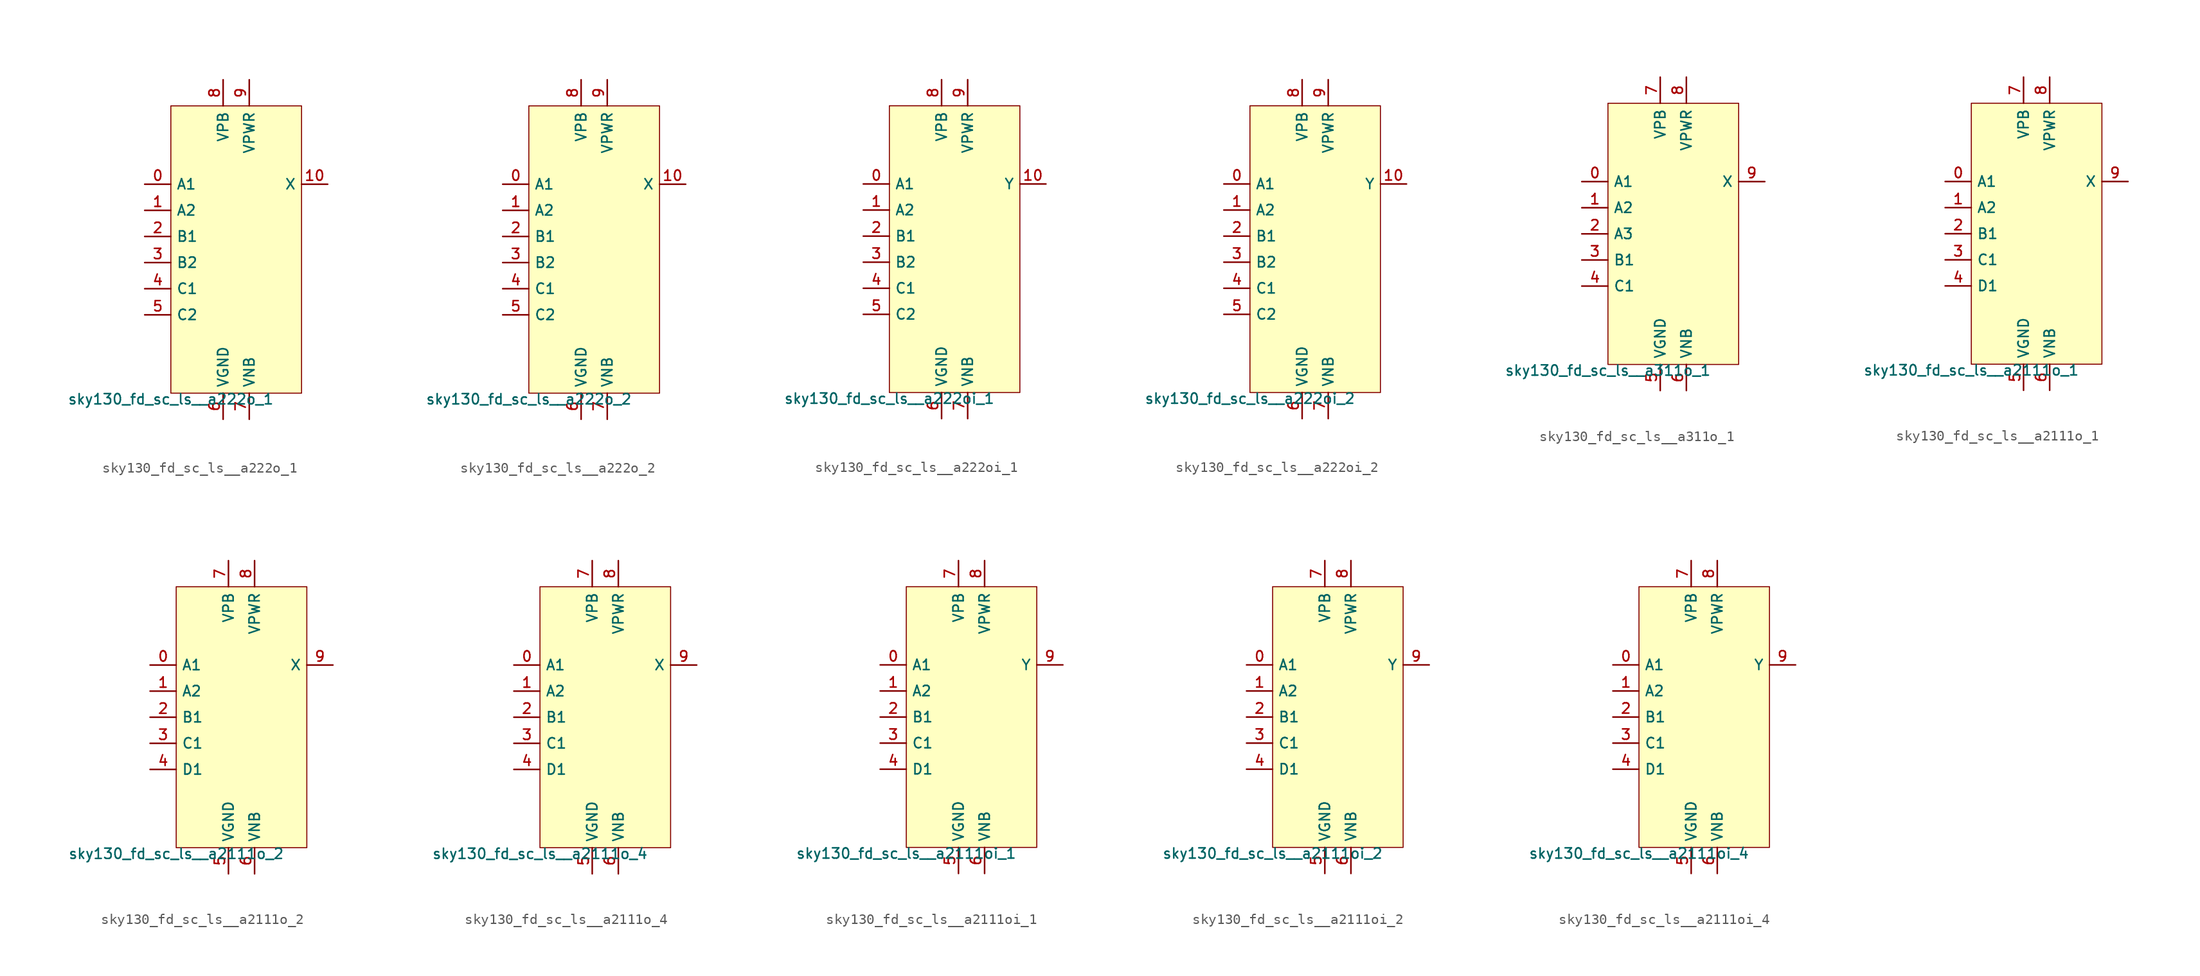
<source format=kicad_sym>
(kicad_symbol_lib
  (version 20211014)
  (generator lef2kicad_sym)
  (symbol "sky130_fd_sc_ls__a222o_1"
    (property "Reference" "X"
      (at 0 0 0)
      (effects (font (size 1 1)) hide))
    (property "Value" "sky130_fd_sc_ls__a222o_1"
      (at -6.35 -13.97 0)
      (effects (font (size 1 1)) (justify top)))
    (rectangle
      (start -6.35 -13.97)
      (end 6.35 13.97)
      (stroke (width 0.1) (type solid) (color 0 0 0 0))
      (fill (type background)))
    (pin input line
      (at -8.89 6.35 0)
      (length 2.54)
      (name "A1" (effects (font (size 1 1)) hide))
      (number "0" (effects (font (size 1 1)) hide)))
    (pin input line
      (at -8.89 3.81 0)
      (length 2.54)
      (name "A2" (effects (font (size 1 1)) hide))
      (number "1" (effects (font (size 1 1)) hide)))
    (pin input line
      (at -8.89 1.27 0)
      (length 2.54)
      (name "B1" (effects (font (size 1 1)) hide))
      (number "2" (effects (font (size 1 1)) hide)))
    (pin input line
      (at -8.89 -1.27 0)
      (length 2.54)
      (name "B2" (effects (font (size 1 1)) hide))
      (number "3" (effects (font (size 1 1)) hide)))
    (pin input line
      (at -8.89 -3.81 0)
      (length 2.54)
      (name "C1" (effects (font (size 1 1)) hide))
      (number "4" (effects (font (size 1 1)) hide)))
    (pin input line
      (at -8.89 -6.35 0)
      (length 2.54)
      (name "C2" (effects (font (size 1 1)) hide))
      (number "5" (effects (font (size 1 1)) hide)))
    (pin power_in line
      (at -1.27 -16.51 90)
      (length 2.54)
      (name "VGND" (effects (font (size 1 1)) hide))
      (number "6" (effects (font (size 1 1)) hide)))
    (pin power_in line
      (at 1.27 -16.51 90)
      (length 2.54)
      (name "VNB" (effects (font (size 1 1)) hide))
      (number "7" (effects (font (size 1 1)) hide)))
    (pin power_in line
      (at -1.27 16.51 270)
      (length 2.54)
      (name "VPB" (effects (font (size 1 1)) hide))
      (number "8" (effects (font (size 1 1)) hide)))
    (pin power_in line
      (at 1.27 16.51 270)
      (length 2.54)
      (name "VPWR" (effects (font (size 1 1)) hide))
      (number "9" (effects (font (size 1 1)) hide)))
    (pin output line
      (at 8.89 6.35 180)
      (length 2.54)
      (name "X" (effects (font (size 1 1)) hide))
      (number "10" (effects (font (size 1 1)) hide))))
  (symbol "sky130_fd_sc_ls__a222o_2"
    (property "Reference" "X"
      (at 0 0 0)
      (effects (font (size 1 1)) hide))
    (property "Value" "sky130_fd_sc_ls__a222o_2"
      (at -6.35 -13.97 0)
      (effects (font (size 1 1)) (justify top)))
    (rectangle
      (start -6.35 -13.97)
      (end 6.35 13.97)
      (stroke (width 0.1) (type solid) (color 0 0 0 0))
      (fill (type background)))
    (pin input line
      (at -8.89 6.35 0)
      (length 2.54)
      (name "A1" (effects (font (size 1 1)) hide))
      (number "0" (effects (font (size 1 1)) hide)))
    (pin input line
      (at -8.89 3.81 0)
      (length 2.54)
      (name "A2" (effects (font (size 1 1)) hide))
      (number "1" (effects (font (size 1 1)) hide)))
    (pin input line
      (at -8.89 1.27 0)
      (length 2.54)
      (name "B1" (effects (font (size 1 1)) hide))
      (number "2" (effects (font (size 1 1)) hide)))
    (pin input line
      (at -8.89 -1.27 0)
      (length 2.54)
      (name "B2" (effects (font (size 1 1)) hide))
      (number "3" (effects (font (size 1 1)) hide)))
    (pin input line
      (at -8.89 -3.81 0)
      (length 2.54)
      (name "C1" (effects (font (size 1 1)) hide))
      (number "4" (effects (font (size 1 1)) hide)))
    (pin input line
      (at -8.89 -6.35 0)
      (length 2.54)
      (name "C2" (effects (font (size 1 1)) hide))
      (number "5" (effects (font (size 1 1)) hide)))
    (pin power_in line
      (at -1.27 -16.51 90)
      (length 2.54)
      (name "VGND" (effects (font (size 1 1)) hide))
      (number "6" (effects (font (size 1 1)) hide)))
    (pin power_in line
      (at 1.27 -16.51 90)
      (length 2.54)
      (name "VNB" (effects (font (size 1 1)) hide))
      (number "7" (effects (font (size 1 1)) hide)))
    (pin power_in line
      (at -1.27 16.51 270)
      (length 2.54)
      (name "VPB" (effects (font (size 1 1)) hide))
      (number "8" (effects (font (size 1 1)) hide)))
    (pin power_in line
      (at 1.27 16.51 270)
      (length 2.54)
      (name "VPWR" (effects (font (size 1 1)) hide))
      (number "9" (effects (font (size 1 1)) hide)))
    (pin output line
      (at 8.89 6.35 180)
      (length 2.54)
      (name "X" (effects (font (size 1 1)) hide))
      (number "10" (effects (font (size 1 1)) hide))))
  (symbol "sky130_fd_sc_ls__a222oi_1"
    (property "Reference" "X"
      (at 0 0 0)
      (effects (font (size 1 1)) hide))
    (property "Value" "sky130_fd_sc_ls__a222oi_1"
      (at -6.35 -13.97 0)
      (effects (font (size 1 1)) (justify top)))
    (rectangle
      (start -6.35 -13.97)
      (end 6.35 13.97)
      (stroke (width 0.1) (type solid) (color 0 0 0 0))
      (fill (type background)))
    (pin input line
      (at -8.89 6.35 0)
      (length 2.54)
      (name "A1" (effects (font (size 1 1)) hide))
      (number "0" (effects (font (size 1 1)) hide)))
    (pin input line
      (at -8.89 3.81 0)
      (length 2.54)
      (name "A2" (effects (font (size 1 1)) hide))
      (number "1" (effects (font (size 1 1)) hide)))
    (pin input line
      (at -8.89 1.27 0)
      (length 2.54)
      (name "B1" (effects (font (size 1 1)) hide))
      (number "2" (effects (font (size 1 1)) hide)))
    (pin input line
      (at -8.89 -1.27 0)
      (length 2.54)
      (name "B2" (effects (font (size 1 1)) hide))
      (number "3" (effects (font (size 1 1)) hide)))
    (pin input line
      (at -8.89 -3.81 0)
      (length 2.54)
      (name "C1" (effects (font (size 1 1)) hide))
      (number "4" (effects (font (size 1 1)) hide)))
    (pin input line
      (at -8.89 -6.35 0)
      (length 2.54)
      (name "C2" (effects (font (size 1 1)) hide))
      (number "5" (effects (font (size 1 1)) hide)))
    (pin power_in line
      (at -1.27 -16.51 90)
      (length 2.54)
      (name "VGND" (effects (font (size 1 1)) hide))
      (number "6" (effects (font (size 1 1)) hide)))
    (pin power_in line
      (at 1.27 -16.51 90)
      (length 2.54)
      (name "VNB" (effects (font (size 1 1)) hide))
      (number "7" (effects (font (size 1 1)) hide)))
    (pin power_in line
      (at -1.27 16.51 270)
      (length 2.54)
      (name "VPB" (effects (font (size 1 1)) hide))
      (number "8" (effects (font (size 1 1)) hide)))
    (pin power_in line
      (at 1.27 16.51 270)
      (length 2.54)
      (name "VPWR" (effects (font (size 1 1)) hide))
      (number "9" (effects (font (size 1 1)) hide)))
    (pin output line
      (at 8.89 6.35 180)
      (length 2.54)
      (name "Y" (effects (font (size 1 1)) hide))
      (number "10" (effects (font (size 1 1)) hide))))
  (symbol "sky130_fd_sc_ls__a222oi_2"
    (property "Reference" "X"
      (at 0 0 0)
      (effects (font (size 1 1)) hide))
    (property "Value" "sky130_fd_sc_ls__a222oi_2"
      (at -6.35 -13.97 0)
      (effects (font (size 1 1)) (justify top)))
    (rectangle
      (start -6.35 -13.97)
      (end 6.35 13.97)
      (stroke (width 0.1) (type solid) (color 0 0 0 0))
      (fill (type background)))
    (pin input line
      (at -8.89 6.35 0)
      (length 2.54)
      (name "A1" (effects (font (size 1 1)) hide))
      (number "0" (effects (font (size 1 1)) hide)))
    (pin input line
      (at -8.89 3.81 0)
      (length 2.54)
      (name "A2" (effects (font (size 1 1)) hide))
      (number "1" (effects (font (size 1 1)) hide)))
    (pin input line
      (at -8.89 1.27 0)
      (length 2.54)
      (name "B1" (effects (font (size 1 1)) hide))
      (number "2" (effects (font (size 1 1)) hide)))
    (pin input line
      (at -8.89 -1.27 0)
      (length 2.54)
      (name "B2" (effects (font (size 1 1)) hide))
      (number "3" (effects (font (size 1 1)) hide)))
    (pin input line
      (at -8.89 -3.81 0)
      (length 2.54)
      (name "C1" (effects (font (size 1 1)) hide))
      (number "4" (effects (font (size 1 1)) hide)))
    (pin input line
      (at -8.89 -6.35 0)
      (length 2.54)
      (name "C2" (effects (font (size 1 1)) hide))
      (number "5" (effects (font (size 1 1)) hide)))
    (pin power_in line
      (at -1.27 -16.51 90)
      (length 2.54)
      (name "VGND" (effects (font (size 1 1)) hide))
      (number "6" (effects (font (size 1 1)) hide)))
    (pin power_in line
      (at 1.27 -16.51 90)
      (length 2.54)
      (name "VNB" (effects (font (size 1 1)) hide))
      (number "7" (effects (font (size 1 1)) hide)))
    (pin power_in line
      (at -1.27 16.51 270)
      (length 2.54)
      (name "VPB" (effects (font (size 1 1)) hide))
      (number "8" (effects (font (size 1 1)) hide)))
    (pin power_in line
      (at 1.27 16.51 270)
      (length 2.54)
      (name "VPWR" (effects (font (size 1 1)) hide))
      (number "9" (effects (font (size 1 1)) hide)))
    (pin output line
      (at 8.89 6.35 180)
      (length 2.54)
      (name "Y" (effects (font (size 1 1)) hide))
      (number "10" (effects (font (size 1 1)) hide))))
  (symbol "sky130_fd_sc_ls__a311o_1"
    (property "Reference" "X"
      (at 0 0 0)
      (effects (font (size 1 1)) hide))
    (property "Value" "sky130_fd_sc_ls__a311o_1"
      (at -6.35 -12.7 0)
      (effects (font (size 1 1)) (justify top)))
    (rectangle
      (start -6.35 -12.7)
      (end 6.35 12.7)
      (stroke (width 0.1) (type solid) (color 0 0 0 0))
      (fill (type background)))
    (pin input line
      (at -8.89 5.08 0)
      (length 2.54)
      (name "A1" (effects (font (size 1 1)) hide))
      (number "0" (effects (font (size 1 1)) hide)))
    (pin input line
      (at -8.89 2.54 0)
      (length 2.54)
      (name "A2" (effects (font (size 1 1)) hide))
      (number "1" (effects (font (size 1 1)) hide)))
    (pin input line
      (at -8.89 -8.881784197001252e-16 0)
      (length 2.54)
      (name "A3" (effects (font (size 1 1)) hide))
      (number "2" (effects (font (size 1 1)) hide)))
    (pin input line
      (at -8.89 -2.54 0)
      (length 2.54)
      (name "B1" (effects (font (size 1 1)) hide))
      (number "3" (effects (font (size 1 1)) hide)))
    (pin input line
      (at -8.89 -5.08 0)
      (length 2.54)
      (name "C1" (effects (font (size 1 1)) hide))
      (number "4" (effects (font (size 1 1)) hide)))
    (pin power_in line
      (at -1.27 -15.24 90)
      (length 2.54)
      (name "VGND" (effects (font (size 1 1)) hide))
      (number "5" (effects (font (size 1 1)) hide)))
    (pin power_in line
      (at 1.27 -15.24 90)
      (length 2.54)
      (name "VNB" (effects (font (size 1 1)) hide))
      (number "6" (effects (font (size 1 1)) hide)))
    (pin power_in line
      (at -1.27 15.24 270)
      (length 2.54)
      (name "VPB" (effects (font (size 1 1)) hide))
      (number "7" (effects (font (size 1 1)) hide)))
    (pin power_in line
      (at 1.27 15.24 270)
      (length 2.54)
      (name "VPWR" (effects (font (size 1 1)) hide))
      (number "8" (effects (font (size 1 1)) hide)))
    (pin output line
      (at 8.89 5.08 180)
      (length 2.54)
      (name "X" (effects (font (size 1 1)) hide))
      (number "9" (effects (font (size 1 1)) hide))))
  (symbol "sky130_fd_sc_ls__a2111o_1"
    (property "Reference" "X"
      (at 0 0 0)
      (effects (font (size 1 1)) hide))
    (property "Value" "sky130_fd_sc_ls__a2111o_1"
      (at -6.35 -12.7 0)
      (effects (font (size 1 1)) (justify top)))
    (rectangle
      (start -6.35 -12.7)
      (end 6.35 12.7)
      (stroke (width 0.1) (type solid) (color 0 0 0 0))
      (fill (type background)))
    (pin input line
      (at -8.89 5.08 0)
      (length 2.54)
      (name "A1" (effects (font (size 1 1)) hide))
      (number "0" (effects (font (size 1 1)) hide)))
    (pin input line
      (at -8.89 2.54 0)
      (length 2.54)
      (name "A2" (effects (font (size 1 1)) hide))
      (number "1" (effects (font (size 1 1)) hide)))
    (pin input line
      (at -8.89 -8.881784197001252e-16 0)
      (length 2.54)
      (name "B1" (effects (font (size 1 1)) hide))
      (number "2" (effects (font (size 1 1)) hide)))
    (pin input line
      (at -8.89 -2.54 0)
      (length 2.54)
      (name "C1" (effects (font (size 1 1)) hide))
      (number "3" (effects (font (size 1 1)) hide)))
    (pin input line
      (at -8.89 -5.08 0)
      (length 2.54)
      (name "D1" (effects (font (size 1 1)) hide))
      (number "4" (effects (font (size 1 1)) hide)))
    (pin power_in line
      (at -1.27 -15.24 90)
      (length 2.54)
      (name "VGND" (effects (font (size 1 1)) hide))
      (number "5" (effects (font (size 1 1)) hide)))
    (pin power_in line
      (at 1.27 -15.24 90)
      (length 2.54)
      (name "VNB" (effects (font (size 1 1)) hide))
      (number "6" (effects (font (size 1 1)) hide)))
    (pin power_in line
      (at -1.27 15.24 270)
      (length 2.54)
      (name "VPB" (effects (font (size 1 1)) hide))
      (number "7" (effects (font (size 1 1)) hide)))
    (pin power_in line
      (at 1.27 15.24 270)
      (length 2.54)
      (name "VPWR" (effects (font (size 1 1)) hide))
      (number "8" (effects (font (size 1 1)) hide)))
    (pin output line
      (at 8.89 5.08 180)
      (length 2.54)
      (name "X" (effects (font (size 1 1)) hide))
      (number "9" (effects (font (size 1 1)) hide))))
  (symbol "sky130_fd_sc_ls__a2111o_2"
    (property "Reference" "X"
      (at 0 0 0)
      (effects (font (size 1 1)) hide))
    (property "Value" "sky130_fd_sc_ls__a2111o_2"
      (at -6.35 -12.7 0)
      (effects (font (size 1 1)) (justify top)))
    (rectangle
      (start -6.35 -12.7)
      (end 6.35 12.7)
      (stroke (width 0.1) (type solid) (color 0 0 0 0))
      (fill (type background)))
    (pin input line
      (at -8.89 5.08 0)
      (length 2.54)
      (name "A1" (effects (font (size 1 1)) hide))
      (number "0" (effects (font (size 1 1)) hide)))
    (pin input line
      (at -8.89 2.54 0)
      (length 2.54)
      (name "A2" (effects (font (size 1 1)) hide))
      (number "1" (effects (font (size 1 1)) hide)))
    (pin input line
      (at -8.89 -8.881784197001252e-16 0)
      (length 2.54)
      (name "B1" (effects (font (size 1 1)) hide))
      (number "2" (effects (font (size 1 1)) hide)))
    (pin input line
      (at -8.89 -2.54 0)
      (length 2.54)
      (name "C1" (effects (font (size 1 1)) hide))
      (number "3" (effects (font (size 1 1)) hide)))
    (pin input line
      (at -8.89 -5.08 0)
      (length 2.54)
      (name "D1" (effects (font (size 1 1)) hide))
      (number "4" (effects (font (size 1 1)) hide)))
    (pin power_in line
      (at -1.27 -15.24 90)
      (length 2.54)
      (name "VGND" (effects (font (size 1 1)) hide))
      (number "5" (effects (font (size 1 1)) hide)))
    (pin power_in line
      (at 1.27 -15.24 90)
      (length 2.54)
      (name "VNB" (effects (font (size 1 1)) hide))
      (number "6" (effects (font (size 1 1)) hide)))
    (pin power_in line
      (at -1.27 15.24 270)
      (length 2.54)
      (name "VPB" (effects (font (size 1 1)) hide))
      (number "7" (effects (font (size 1 1)) hide)))
    (pin power_in line
      (at 1.27 15.24 270)
      (length 2.54)
      (name "VPWR" (effects (font (size 1 1)) hide))
      (number "8" (effects (font (size 1 1)) hide)))
    (pin output line
      (at 8.89 5.08 180)
      (length 2.54)
      (name "X" (effects (font (size 1 1)) hide))
      (number "9" (effects (font (size 1 1)) hide))))
  (symbol "sky130_fd_sc_ls__a2111o_4"
    (property "Reference" "X"
      (at 0 0 0)
      (effects (font (size 1 1)) hide))
    (property "Value" "sky130_fd_sc_ls__a2111o_4"
      (at -6.35 -12.7 0)
      (effects (font (size 1 1)) (justify top)))
    (rectangle
      (start -6.35 -12.7)
      (end 6.35 12.7)
      (stroke (width 0.1) (type solid) (color 0 0 0 0))
      (fill (type background)))
    (pin input line
      (at -8.89 5.08 0)
      (length 2.54)
      (name "A1" (effects (font (size 1 1)) hide))
      (number "0" (effects (font (size 1 1)) hide)))
    (pin input line
      (at -8.89 2.54 0)
      (length 2.54)
      (name "A2" (effects (font (size 1 1)) hide))
      (number "1" (effects (font (size 1 1)) hide)))
    (pin input line
      (at -8.89 -8.881784197001252e-16 0)
      (length 2.54)
      (name "B1" (effects (font (size 1 1)) hide))
      (number "2" (effects (font (size 1 1)) hide)))
    (pin input line
      (at -8.89 -2.54 0)
      (length 2.54)
      (name "C1" (effects (font (size 1 1)) hide))
      (number "3" (effects (font (size 1 1)) hide)))
    (pin input line
      (at -8.89 -5.08 0)
      (length 2.54)
      (name "D1" (effects (font (size 1 1)) hide))
      (number "4" (effects (font (size 1 1)) hide)))
    (pin power_in line
      (at -1.27 -15.24 90)
      (length 2.54)
      (name "VGND" (effects (font (size 1 1)) hide))
      (number "5" (effects (font (size 1 1)) hide)))
    (pin power_in line
      (at 1.27 -15.24 90)
      (length 2.54)
      (name "VNB" (effects (font (size 1 1)) hide))
      (number "6" (effects (font (size 1 1)) hide)))
    (pin power_in line
      (at -1.27 15.24 270)
      (length 2.54)
      (name "VPB" (effects (font (size 1 1)) hide))
      (number "7" (effects (font (size 1 1)) hide)))
    (pin power_in line
      (at 1.27 15.24 270)
      (length 2.54)
      (name "VPWR" (effects (font (size 1 1)) hide))
      (number "8" (effects (font (size 1 1)) hide)))
    (pin output line
      (at 8.89 5.08 180)
      (length 2.54)
      (name "X" (effects (font (size 1 1)) hide))
      (number "9" (effects (font (size 1 1)) hide))))
  (symbol "sky130_fd_sc_ls__a2111oi_1"
    (property "Reference" "X"
      (at 0 0 0)
      (effects (font (size 1 1)) hide))
    (property "Value" "sky130_fd_sc_ls__a2111oi_1"
      (at -6.35 -12.7 0)
      (effects (font (size 1 1)) (justify top)))
    (rectangle
      (start -6.35 -12.7)
      (end 6.35 12.7)
      (stroke (width 0.1) (type solid) (color 0 0 0 0))
      (fill (type background)))
    (pin input line
      (at -8.89 5.08 0)
      (length 2.54)
      (name "A1" (effects (font (size 1 1)) hide))
      (number "0" (effects (font (size 1 1)) hide)))
    (pin input line
      (at -8.89 2.54 0)
      (length 2.54)
      (name "A2" (effects (font (size 1 1)) hide))
      (number "1" (effects (font (size 1 1)) hide)))
    (pin input line
      (at -8.89 -8.881784197001252e-16 0)
      (length 2.54)
      (name "B1" (effects (font (size 1 1)) hide))
      (number "2" (effects (font (size 1 1)) hide)))
    (pin input line
      (at -8.89 -2.54 0)
      (length 2.54)
      (name "C1" (effects (font (size 1 1)) hide))
      (number "3" (effects (font (size 1 1)) hide)))
    (pin input line
      (at -8.89 -5.08 0)
      (length 2.54)
      (name "D1" (effects (font (size 1 1)) hide))
      (number "4" (effects (font (size 1 1)) hide)))
    (pin power_in line
      (at -1.27 -15.24 90)
      (length 2.54)
      (name "VGND" (effects (font (size 1 1)) hide))
      (number "5" (effects (font (size 1 1)) hide)))
    (pin power_in line
      (at 1.27 -15.24 90)
      (length 2.54)
      (name "VNB" (effects (font (size 1 1)) hide))
      (number "6" (effects (font (size 1 1)) hide)))
    (pin power_in line
      (at -1.27 15.24 270)
      (length 2.54)
      (name "VPB" (effects (font (size 1 1)) hide))
      (number "7" (effects (font (size 1 1)) hide)))
    (pin power_in line
      (at 1.27 15.24 270)
      (length 2.54)
      (name "VPWR" (effects (font (size 1 1)) hide))
      (number "8" (effects (font (size 1 1)) hide)))
    (pin output line
      (at 8.89 5.08 180)
      (length 2.54)
      (name "Y" (effects (font (size 1 1)) hide))
      (number "9" (effects (font (size 1 1)) hide))))
  (symbol "sky130_fd_sc_ls__a2111oi_2"
    (property "Reference" "X"
      (at 0 0 0)
      (effects (font (size 1 1)) hide))
    (property "Value" "sky130_fd_sc_ls__a2111oi_2"
      (at -6.35 -12.7 0)
      (effects (font (size 1 1)) (justify top)))
    (rectangle
      (start -6.35 -12.7)
      (end 6.35 12.7)
      (stroke (width 0.1) (type solid) (color 0 0 0 0))
      (fill (type background)))
    (pin input line
      (at -8.89 5.08 0)
      (length 2.54)
      (name "A1" (effects (font (size 1 1)) hide))
      (number "0" (effects (font (size 1 1)) hide)))
    (pin input line
      (at -8.89 2.54 0)
      (length 2.54)
      (name "A2" (effects (font (size 1 1)) hide))
      (number "1" (effects (font (size 1 1)) hide)))
    (pin input line
      (at -8.89 -8.881784197001252e-16 0)
      (length 2.54)
      (name "B1" (effects (font (size 1 1)) hide))
      (number "2" (effects (font (size 1 1)) hide)))
    (pin input line
      (at -8.89 -2.54 0)
      (length 2.54)
      (name "C1" (effects (font (size 1 1)) hide))
      (number "3" (effects (font (size 1 1)) hide)))
    (pin input line
      (at -8.89 -5.08 0)
      (length 2.54)
      (name "D1" (effects (font (size 1 1)) hide))
      (number "4" (effects (font (size 1 1)) hide)))
    (pin power_in line
      (at -1.27 -15.24 90)
      (length 2.54)
      (name "VGND" (effects (font (size 1 1)) hide))
      (number "5" (effects (font (size 1 1)) hide)))
    (pin power_in line
      (at 1.27 -15.24 90)
      (length 2.54)
      (name "VNB" (effects (font (size 1 1)) hide))
      (number "6" (effects (font (size 1 1)) hide)))
    (pin power_in line
      (at -1.27 15.24 270)
      (length 2.54)
      (name "VPB" (effects (font (size 1 1)) hide))
      (number "7" (effects (font (size 1 1)) hide)))
    (pin power_in line
      (at 1.27 15.24 270)
      (length 2.54)
      (name "VPWR" (effects (font (size 1 1)) hide))
      (number "8" (effects (font (size 1 1)) hide)))
    (pin output line
      (at 8.89 5.08 180)
      (length 2.54)
      (name "Y" (effects (font (size 1 1)) hide))
      (number "9" (effects (font (size 1 1)) hide))))
  (symbol "sky130_fd_sc_ls__a2111oi_4"
    (property "Reference" "X"
      (at 0 0 0)
      (effects (font (size 1 1)) hide))
    (property "Value" "sky130_fd_sc_ls__a2111oi_4"
      (at -6.35 -12.7 0)
      (effects (font (size 1 1)) (justify top)))
    (rectangle
      (start -6.35 -12.7)
      (end 6.35 12.7)
      (stroke (width 0.1) (type solid) (color 0 0 0 0))
      (fill (type background)))
    (pin input line
      (at -8.89 5.08 0)
      (length 2.54)
      (name "A1" (effects (font (size 1 1)) hide))
      (number "0" (effects (font (size 1 1)) hide)))
    (pin input line
      (at -8.89 2.54 0)
      (length 2.54)
      (name "A2" (effects (font (size 1 1)) hide))
      (number "1" (effects (font (size 1 1)) hide)))
    (pin input line
      (at -8.89 -8.881784197001252e-16 0)
      (length 2.54)
      (name "B1" (effects (font (size 1 1)) hide))
      (number "2" (effects (font (size 1 1)) hide)))
    (pin input line
      (at -8.89 -2.54 0)
      (length 2.54)
      (name "C1" (effects (font (size 1 1)) hide))
      (number "3" (effects (font (size 1 1)) hide)))
    (pin input line
      (at -8.89 -5.08 0)
      (length 2.54)
      (name "D1" (effects (font (size 1 1)) hide))
      (number "4" (effects (font (size 1 1)) hide)))
    (pin power_in line
      (at -1.27 -15.24 90)
      (length 2.54)
      (name "VGND" (effects (font (size 1 1)) hide))
      (number "5" (effects (font (size 1 1)) hide)))
    (pin power_in line
      (at 1.27 -15.24 90)
      (length 2.54)
      (name "VNB" (effects (font (size 1 1)) hide))
      (number "6" (effects (font (size 1 1)) hide)))
    (pin power_in line
      (at -1.27 15.24 270)
      (length 2.54)
      (name "VPB" (effects (font (size 1 1)) hide))
      (number "7" (effects (font (size 1 1)) hide)))
    (pin power_in line
      (at 1.27 15.24 270)
      (length 2.54)
      (name "VPWR" (effects (font (size 1 1)) hide))
      (number "8" (effects (font (size 1 1)) hide)))
    (pin output line
      (at 8.89 5.08 180)
      (length 2.54)
      (name "Y" (effects (font (size 1 1)) hide))
      (number "9" (effects (font (size 1 1)) hide)))))
</source>
